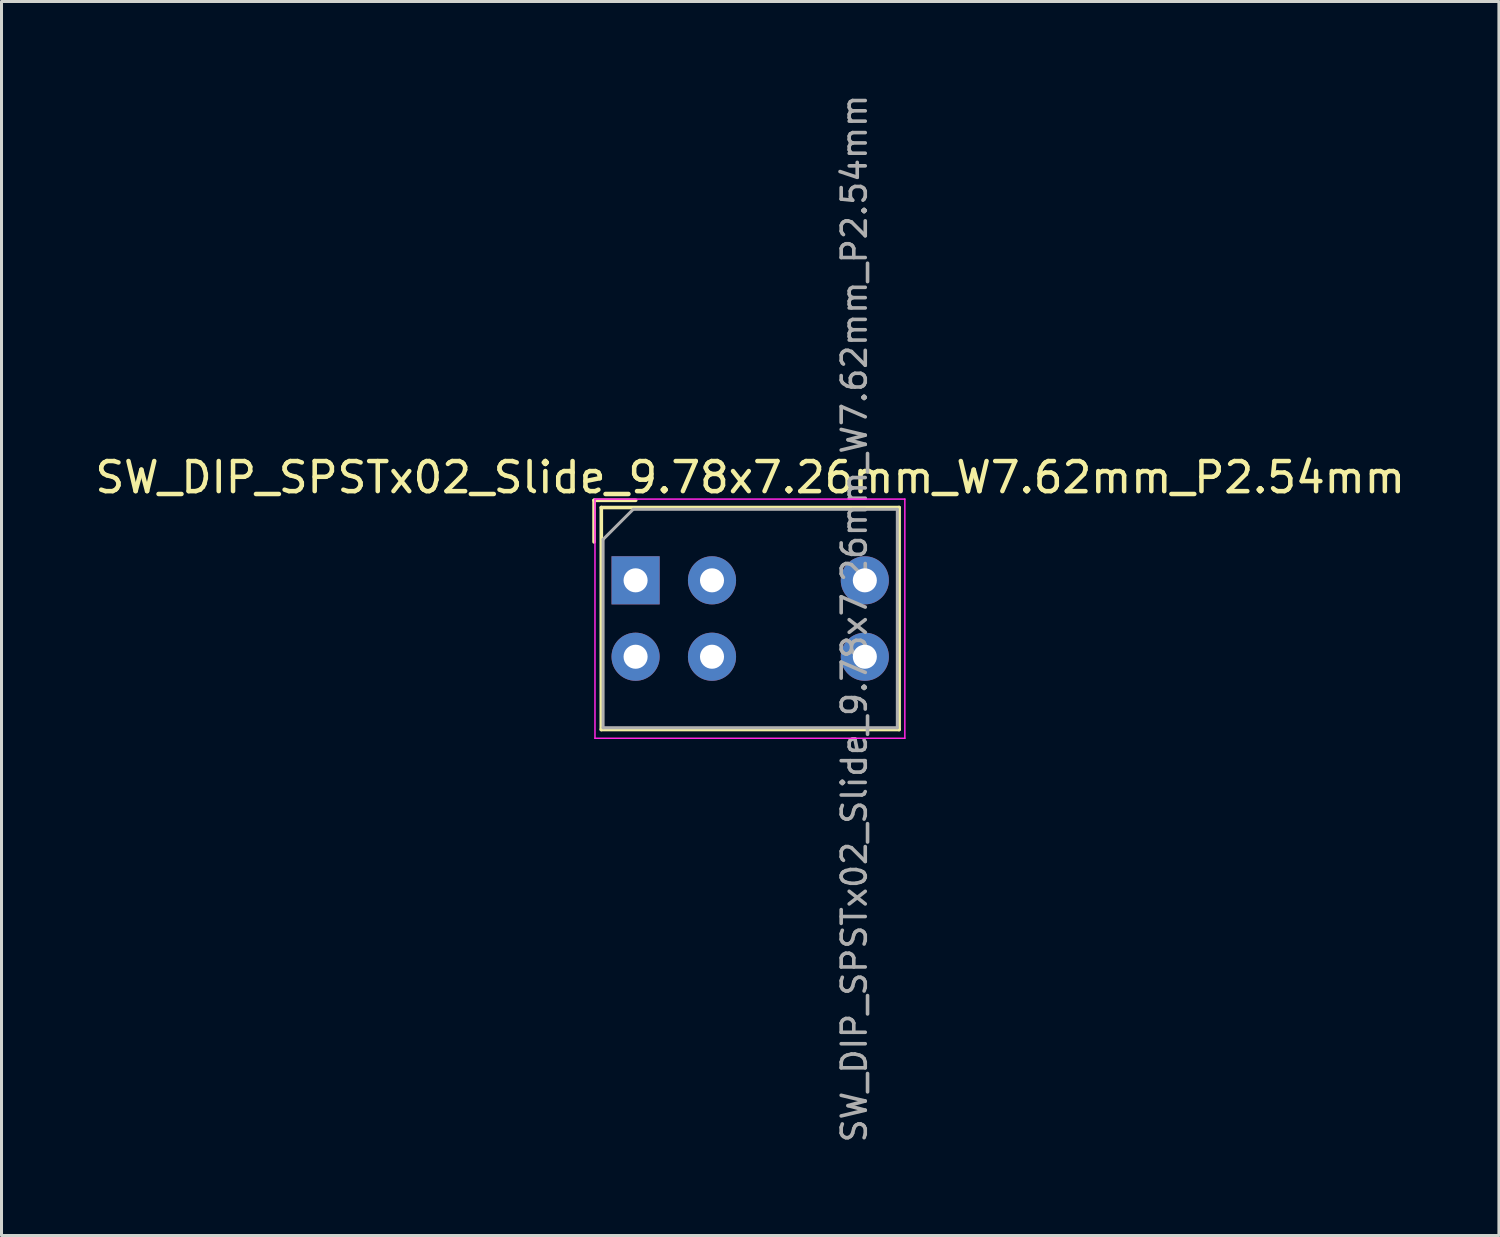
<source format=kicad_pcb>
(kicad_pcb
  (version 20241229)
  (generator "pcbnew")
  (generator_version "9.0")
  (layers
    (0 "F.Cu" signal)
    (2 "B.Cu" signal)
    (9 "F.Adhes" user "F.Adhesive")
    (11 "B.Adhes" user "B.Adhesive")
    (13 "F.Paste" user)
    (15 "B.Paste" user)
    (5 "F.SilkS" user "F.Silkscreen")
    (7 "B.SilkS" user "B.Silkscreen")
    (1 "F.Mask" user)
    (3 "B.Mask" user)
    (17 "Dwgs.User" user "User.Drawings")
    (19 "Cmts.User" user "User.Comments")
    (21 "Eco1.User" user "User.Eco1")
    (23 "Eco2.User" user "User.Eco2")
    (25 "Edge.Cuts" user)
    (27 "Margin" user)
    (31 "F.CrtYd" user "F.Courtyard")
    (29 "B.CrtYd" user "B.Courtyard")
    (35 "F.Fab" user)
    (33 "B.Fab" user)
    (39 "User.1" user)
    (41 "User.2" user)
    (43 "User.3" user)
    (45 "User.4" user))
  (footprint "SW_DIP_SPSTx02_Slide_9.78x7.26mm_W7.62mm_P2.54mm"
    (layer "F.Cu")
    (at 18.077 16.24)
    (property "Reference" "SW_DIP_SPSTx02_Slide_9.78x7.26mm_W7.62mm_P2.54mm" (at 3.81 -3.42 0) (layer "F.SilkS") (effects (font (size 1 1) (thickness 0.15))))
    (attr through_hole)
    (fp_line (start -1.38 -2.66) (end -1.38 -1.277) (stroke (width 0.12) (type solid)) (layer "F.SilkS"))
    (fp_line (start -1.38 -2.66) (end 0.004 -2.66) (stroke (width 0.12) (type solid)) (layer "F.SilkS"))
    (fp_line (start -1.14 -2.42) (end -1.14 4.96) (stroke (width 0.12) (type solid)) (layer "F.SilkS"))
    (fp_line (start -1.14 -2.42) (end 8.76 -2.42) (stroke (width 0.12) (type solid)) (layer "F.SilkS"))
    (fp_line (start -1.14 4.96) (end 8.76 4.96) (stroke (width 0.12) (type solid)) (layer "F.SilkS"))
    (fp_line (start 8.76 -2.42) (end 8.76 4.96) (stroke (width 0.12) (type solid)) (layer "F.SilkS"))
    (fp_line (start -1.35 -2.7) (end -1.35 5.25) (stroke (width 0.05) (type solid)) (layer "F.CrtYd"))
    (fp_line (start -1.35 5.25) (end 8.95 5.25) (stroke (width 0.05) (type solid)) (layer "F.CrtYd"))
    (fp_line (start 8.95 -2.7) (end -1.35 -2.7) (stroke (width 0.05) (type solid)) (layer "F.CrtYd"))
    (fp_line (start 8.95 5.25) (end 8.95 -2.7) (stroke (width 0.05) (type solid)) (layer "F.CrtYd"))
    (fp_line (start -1.08 -1.36) (end -0.08 -2.36) (stroke (width 0.1) (type solid)) (layer "F.Fab"))
    (fp_line (start -1.08 4.9) (end -1.08 -1.36) (stroke (width 0.1) (type solid)) (layer "F.Fab"))
    (fp_line (start -0.08 -2.36) (end 8.7 -2.36) (stroke (width 0.1) (type solid)) (layer "F.Fab"))
    (fp_line (start 8.7 -2.36) (end 8.7 4.9) (stroke (width 0.1) (type solid)) (layer "F.Fab"))
    (fp_line (start 8.7 4.9) (end -1.08 4.9) (stroke (width 0.1) (type solid)) (layer "F.Fab"))
    (fp_text user "${REFERENCE}" (at 7.27 1.27 90) (layer "F.Fab") (effects (font (size 0.8 0.8) (thickness 0.12))))
    (pad "1" thru_hole rect (at 0 0) (size 1.6 1.6) (drill 0.8) (layers "*.Cu" "*.Mask"))
    (pad "2" thru_hole oval (at 2.54 0) (size 1.6 1.6) (drill 0.8) (layers "*.Cu" "*.Mask"))
    (pad "3" thru_hole oval (at 7.62 0) (size 1.6 1.6) (drill 0.8) (layers "*.Cu" "*.Mask"))
    (pad "4" thru_hole oval (at 0 2.54) (size 1.6 1.6) (drill 0.8) (layers "*.Cu" "*.Mask"))
    (pad "5" thru_hole oval (at 2.54 2.54) (size 1.6 1.6) (drill 0.8) (layers "*.Cu" "*.Mask"))
    (pad "6" thru_hole oval (at 7.62 2.54) (size 1.6 1.6) (drill 0.8) (layers "*.Cu" "*.Mask")))
  (gr_rect
    (start -3 -3)
    (end 46.774 38.019)
    (stroke (width 0.1) (type default))
    (fill no)
    (layer "Edge.Cuts")))
</source>
